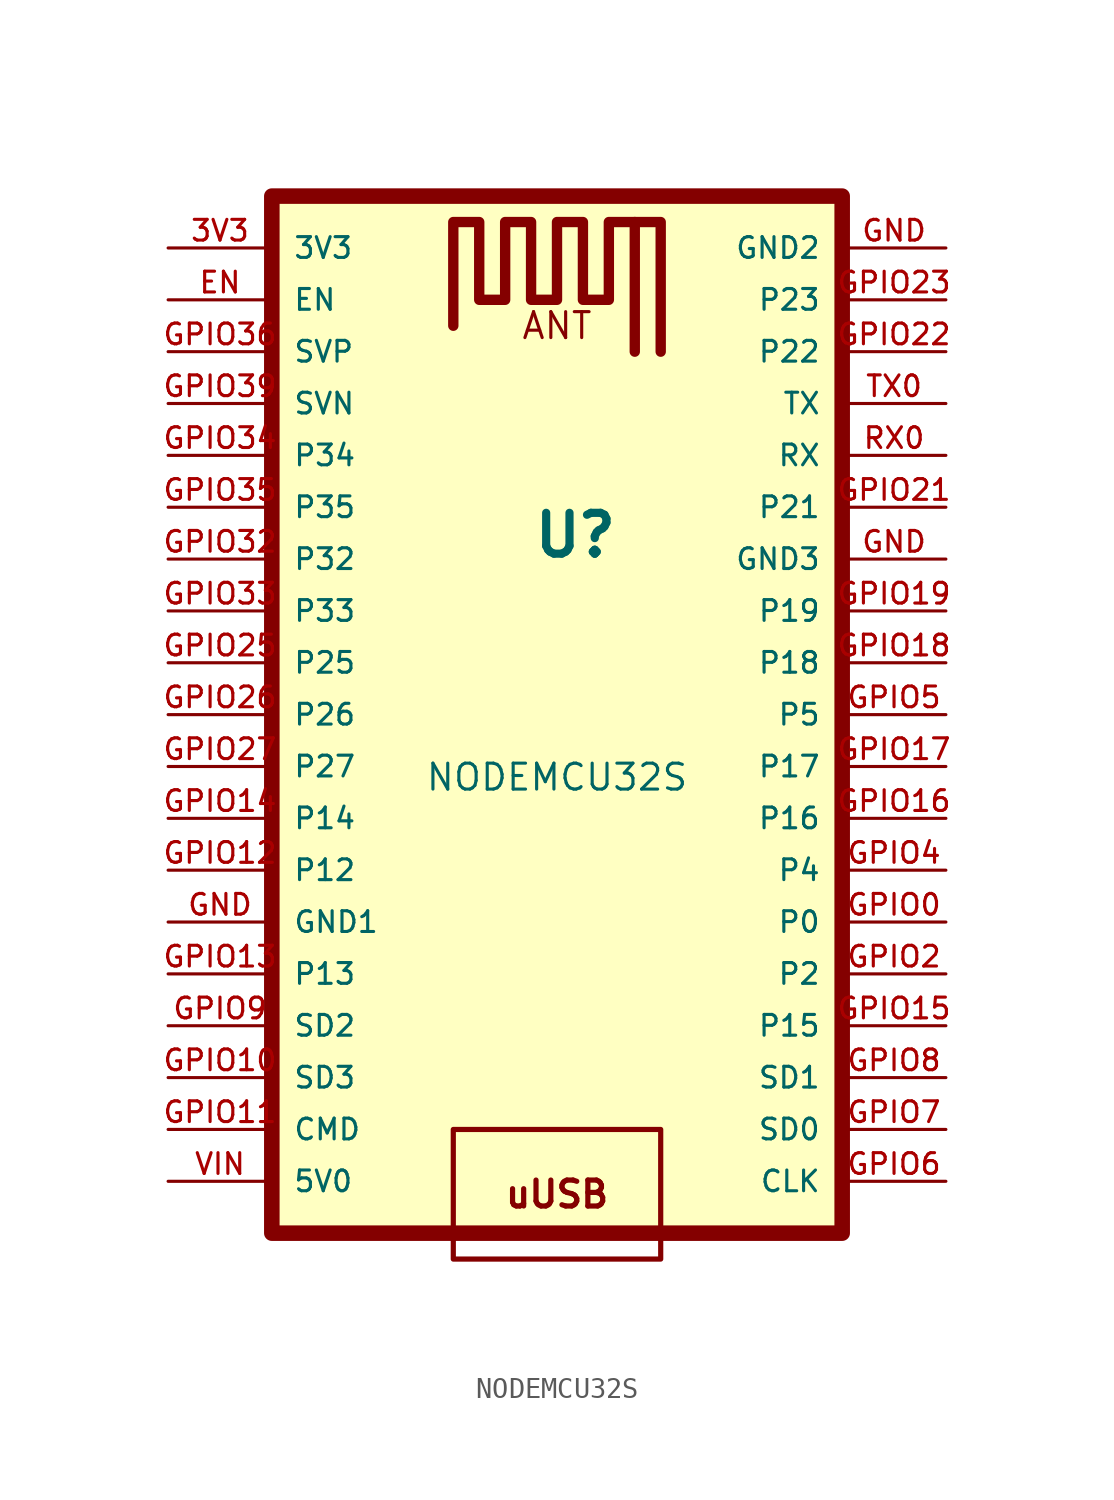
<source format=kicad_sym>
(kicad_symbol_lib
  (version 20220914)
  (generator kicad_symbol_editor)
  (symbol "NODEMCU32S"
    (pin_names
      (offset 1.016))
    (property "Reference" "U"
      (at -1.27 7.62 0)
      (effects (font (size 2 2) bold) (justify left bottom)))
    (property "Value" "NODEMCU32S"
      (at 0 -3.81 0)
      (effects (font (size 1.27 1.27)) (justify bottom)))
    (symbol "NODEMCU32S_0_0"
      (text_box "uUSB" (at -5.08 -20.32 0) (size 10.16 -6.35) (stroke (width 0.254) (type default)) (fill (type none)) (effects (font (size 1.27 1.27) bold)))
      (pin bidirectional line (at -19.05 20.32 0) (length 5.08) (name "EN" (effects (font (size 1.016 1.016)))) (number "EN" (effects (font (size 1.016 1.016))))))
    (symbol "NODEMCU32S_1_0"
      (rectangle (start -13.97 25.4) (end 13.97 -25.4) (stroke (width 0.762) (type default)) (fill (type background)))
      (pin bidirectional line (at -19.05 22.86 0) (length 5.08) (name "3V3" (effects (font (size 1.016 1.016)))) (number "3V3" (effects (font (size 1.016 1.016)))))
      (pin bidirectional line (at -19.05 -10.16 0) (length 5.08) (name "GND1" (effects (font (size 1.016 1.016)))) (number "GND" (effects (font (size 1.016 1.016)))))
      (pin bidirectional line (at 19.05 22.86 180) (length 5.08) (name "GND2" (effects (font (size 1.016 1.016)))) (number "GND" (effects (font (size 1.016 1.016)))))
      (pin bidirectional line (at 19.05 7.62 180) (length 5.08) (name "GND3" (effects (font (size 1.016 1.016)))) (number "GND" (effects (font (size 1.016 1.016)))))
      (pin bidirectional line (at 19.05 -10.16 180) (length 5.08) (name "P0" (effects (font (size 1.016 1.016)))) (number "GPIO0" (effects (font (size 1.016 1.016)))))
      (pin bidirectional line (at -19.05 -17.78 0) (length 5.08) (name "SD3" (effects (font (size 1.016 1.016)))) (number "GPIO10" (effects (font (size 1.016 1.016)))))
      (pin bidirectional line (at -19.05 -20.32 0) (length 5.08) (name "CMD" (effects (font (size 1.016 1.016)))) (number "GPIO11" (effects (font (size 1.016 1.016)))))
      (pin bidirectional line (at -19.05 -7.62 0) (length 5.08) (name "P12" (effects (font (size 1.016 1.016)))) (number "GPIO12" (effects (font (size 1.016 1.016)))))
      (pin bidirectional line (at -19.05 -12.7 0) (length 5.08) (name "P13" (effects (font (size 1.016 1.016)))) (number "GPIO13" (effects (font (size 1.016 1.016)))))
      (pin bidirectional line (at -19.05 -5.08 0) (length 5.08) (name "P14" (effects (font (size 1.016 1.016)))) (number "GPIO14" (effects (font (size 1.016 1.016)))))
      (pin bidirectional line (at 19.05 -15.24 180) (length 5.08) (name "P15" (effects (font (size 1.016 1.016)))) (number "GPIO15" (effects (font (size 1.016 1.016)))))
      (pin bidirectional line (at 19.05 -5.08 180) (length 5.08) (name "P16" (effects (font (size 1.016 1.016)))) (number "GPIO16" (effects (font (size 1.016 1.016)))))
      (pin bidirectional line (at 19.05 -2.54 180) (length 5.08) (name "P17" (effects (font (size 1.016 1.016)))) (number "GPIO17" (effects (font (size 1.016 1.016)))))
      (pin bidirectional line (at 19.05 2.54 180) (length 5.08) (name "P18" (effects (font (size 1.016 1.016)))) (number "GPIO18" (effects (font (size 1.016 1.016)))))
      (pin bidirectional line (at 19.05 5.08 180) (length 5.08) (name "P19" (effects (font (size 1.016 1.016)))) (number "GPIO19" (effects (font (size 1.016 1.016)))))
      (pin bidirectional line (at 19.05 -12.7 180) (length 5.08) (name "P2" (effects (font (size 1.016 1.016)))) (number "GPIO2" (effects (font (size 1.016 1.016)))))
      (pin bidirectional line (at 19.05 10.16 180) (length 5.08) (name "P21" (effects (font (size 1.016 1.016)))) (number "GPIO21" (effects (font (size 1.016 1.016)))))
      (pin bidirectional line (at 19.05 17.78 180) (length 5.08) (name "P22" (effects (font (size 1.016 1.016)))) (number "GPIO22" (effects (font (size 1.016 1.016)))))
      (pin bidirectional line (at 19.05 20.32 180) (length 5.08) (name "P23" (effects (font (size 1.016 1.016)))) (number "GPIO23" (effects (font (size 1.016 1.016)))))
      (pin bidirectional line (at -19.05 2.54 0) (length 5.08) (name "P25" (effects (font (size 1.016 1.016)))) (number "GPIO25" (effects (font (size 1.016 1.016)))))
      (pin bidirectional line (at -19.05 0 0) (length 5.08) (name "P26" (effects (font (size 1.016 1.016)))) (number "GPIO26" (effects (font (size 1.016 1.016)))))
      (pin bidirectional line (at -19.05 -2.54 0) (length 5.08) (name "P27" (effects (font (size 1.016 1.016)))) (number "GPIO27" (effects (font (size 1.016 1.016)))))
      (pin bidirectional line (at -19.05 7.62 0) (length 5.08) (name "P32" (effects (font (size 1.016 1.016)))) (number "GPIO32" (effects (font (size 1.016 1.016)))))
      (pin bidirectional line (at -19.05 5.08 0) (length 5.08) (name "P33" (effects (font (size 1.016 1.016)))) (number "GPIO33" (effects (font (size 1.016 1.016)))))
      (pin input line (at -19.05 12.7 0) (length 5.08) (name "P34" (effects (font (size 1.016 1.016)))) (number "GPIO34" (effects (font (size 1.016 1.016)))))
      (pin input line (at -19.05 10.16 0) (length 5.08) (name "P35" (effects (font (size 1.016 1.016)))) (number "GPIO35" (effects (font (size 1.016 1.016)))))
      (pin input line (at -19.05 17.78 0) (length 5.08) (name "SVP" (effects (font (size 1.016 1.016)))) (number "GPIO36" (effects (font (size 1.016 1.016)))))
      (pin input line (at -19.05 15.24 0) (length 5.08) (name "SVN" (effects (font (size 1.016 1.016)))) (number "GPIO39" (effects (font (size 1.016 1.016)))))
      (pin bidirectional line (at 19.05 -7.62 180) (length 5.08) (name "P4" (effects (font (size 1.016 1.016)))) (number "GPIO4" (effects (font (size 1.016 1.016)))))
      (pin bidirectional line (at 19.05 0 180) (length 5.08) (name "P5" (effects (font (size 1.016 1.016)))) (number "GPIO5" (effects (font (size 1.016 1.016)))))
      (pin bidirectional line (at 19.05 -22.86 180) (length 5.08) (name "CLK" (effects (font (size 1.016 1.016)))) (number "GPIO6" (effects (font (size 1.016 1.016)))))
      (pin bidirectional line (at 19.05 -20.32 180) (length 5.08) (name "SD0" (effects (font (size 1.016 1.016)))) (number "GPIO7" (effects (font (size 1.016 1.016)))))
      (pin bidirectional line (at 19.05 -17.78 180) (length 5.08) (name "SD1" (effects (font (size 1.016 1.016)))) (number "GPIO8" (effects (font (size 1.016 1.016)))))
      (pin bidirectional line (at -19.05 -15.24 0) (length 5.08) (name "SD2" (effects (font (size 1.016 1.016)))) (number "GPIO9" (effects (font (size 1.016 1.016)))))
      (pin bidirectional line (at 19.05 12.7 180) (length 5.08) (name "RX" (effects (font (size 1.016 1.016)))) (number "RX0" (effects (font (size 1.016 1.016)))))
      (pin bidirectional line (at 19.05 15.24 180) (length 5.08) (name "TX" (effects (font (size 1.016 1.016)))) (number "TX0" (effects (font (size 1.016 1.016)))))
      (pin bidirectional line (at -19.05 -22.86 0) (length 5.08) (name "5V0" (effects (font (size 1.016 1.016)))) (number "VIN" (effects (font (size 1.016 1.016))))))
    (symbol "NODEMCU32S_1_1"
      (polyline (pts (xy 5.08 17.78) (xy 5.08 24.13) (xy 3.81 24.13) (xy 3.81 17.78)) (stroke (width 0.508) (type default)) (fill (type none)))
      (polyline (pts (xy 3.81 24.13) (xy 2.54 24.13) (xy 2.54 20.32) (xy 1.27 20.32) (xy 1.27 24.13) (xy 0 24.13) (xy 0 20.32) (xy -1.27 20.32) (xy -1.27 24.13) (xy -2.54 24.13) (xy -2.54 20.32) (xy -3.81 20.32) (xy -3.81 24.13) (xy -5.08 24.13) (xy -5.08 19.05)) (stroke (width 0.508) (type default)) (fill (type none)))
      (text "ANT" (at 0 19.05 0) (effects (font (size 1.27 1.27)))))))
</source>
